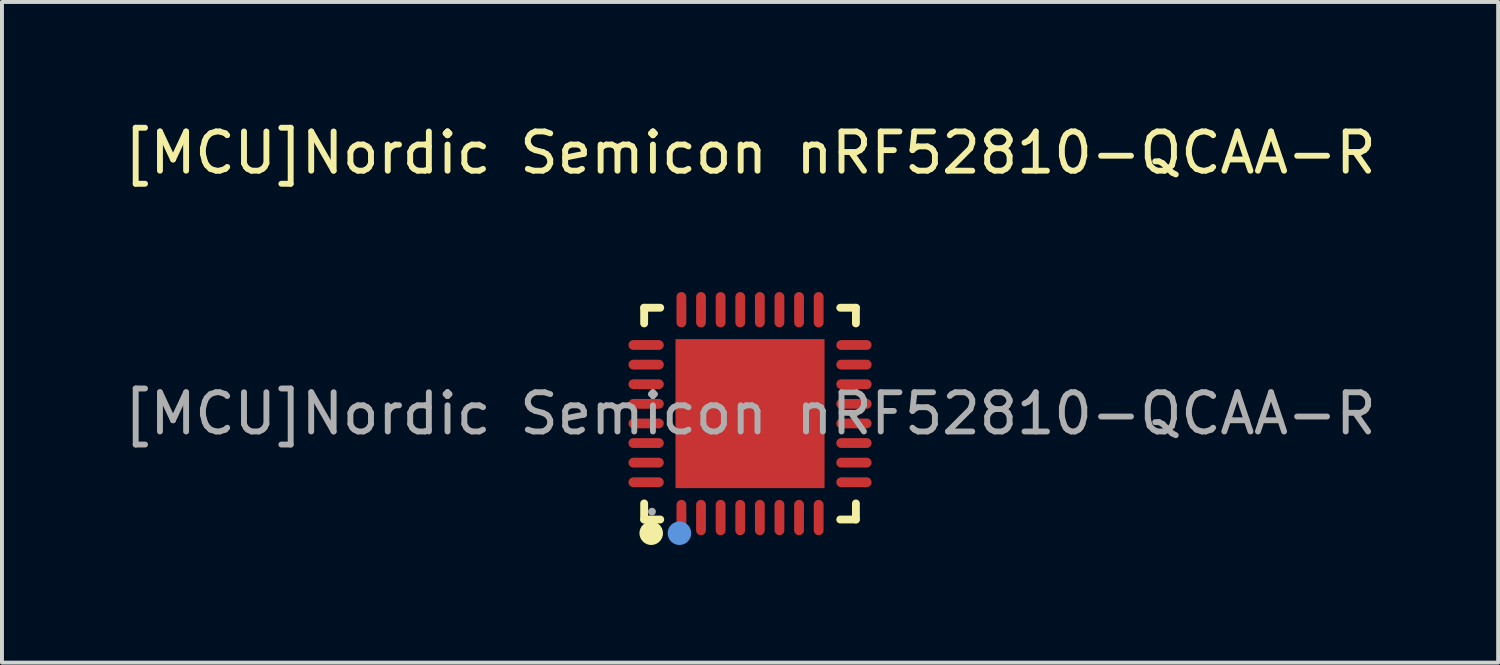
<source format=kicad_pcb>
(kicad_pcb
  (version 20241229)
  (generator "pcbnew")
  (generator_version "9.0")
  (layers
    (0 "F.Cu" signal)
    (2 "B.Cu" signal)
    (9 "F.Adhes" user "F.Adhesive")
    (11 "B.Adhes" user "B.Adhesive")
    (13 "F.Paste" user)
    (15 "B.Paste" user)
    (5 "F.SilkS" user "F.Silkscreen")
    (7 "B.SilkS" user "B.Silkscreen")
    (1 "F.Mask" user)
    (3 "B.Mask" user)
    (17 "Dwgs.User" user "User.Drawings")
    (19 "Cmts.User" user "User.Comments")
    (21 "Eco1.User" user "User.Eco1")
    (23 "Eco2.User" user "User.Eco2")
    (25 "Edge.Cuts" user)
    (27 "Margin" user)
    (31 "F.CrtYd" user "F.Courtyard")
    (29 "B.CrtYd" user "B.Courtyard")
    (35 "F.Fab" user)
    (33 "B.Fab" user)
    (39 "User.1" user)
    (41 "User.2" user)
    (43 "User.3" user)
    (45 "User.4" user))
  (footprint "[MCU]Nordic Semicon nRF52810-QCAA-R"
    (layer "F.Cu")
    (at 16.077 7.498)
    (property "Reference" "[MCU]Nordic Semicon nRF52810-QCAA-R" (at 0 -6.65 0) (layer "F.SilkS") (effects (font (size 1 1) (thickness 0.15))))
    (attr smd)
    (fp_line (start -2.7 -2.7) (end -2.29 -2.7) (stroke (width 0.2) (type solid)) (layer "F.SilkS"))
    (fp_line (start -2.7 -2.3) (end -2.7 -2.7) (stroke (width 0.2) (type solid)) (layer "F.SilkS"))
    (fp_line (start -2.7 2.7) (end -2.7 2.29) (stroke (width 0.2) (type solid)) (layer "F.SilkS"))
    (fp_line (start -2.29 2.7) (end -2.7 2.7) (stroke (width 0.2) (type solid)) (layer "F.SilkS"))
    (fp_line (start 2.3 2.7) (end 2.7 2.7) (stroke (width 0.2) (type solid)) (layer "F.SilkS"))
    (fp_line (start 2.7 -2.7) (end 2.3 -2.7) (stroke (width 0.2) (type solid)) (layer "F.SilkS"))
    (fp_line (start 2.7 -2.3) (end 2.7 -2.7) (stroke (width 0.2) (type solid)) (layer "F.SilkS"))
    (fp_line (start 2.7 2.7) (end 2.7 2.29) (stroke (width 0.2) (type solid)) (layer "F.SilkS"))
    (fp_arc (start -2.52 3.05) (mid -2.52 3.05) (end -2.52 3.05) (stroke (width 0.3) (type solid)) (layer "F.SilkS"))
    (fp_circle (center -1.8 3.05) (end -1.65 3.05) (stroke (width 0.3) (type solid)) (fill no) (layer "Cmts.User"))
    (fp_circle (center -2.5 2.5) (end -2.45 2.5) (stroke (width 0.1) (type solid)) (fill no) (layer "F.Fab"))
    (fp_text user "${REFERENCE}" (at 0 0 0) (layer "F.Fab") (effects (font (size 1 1) (thickness 0.15))))
    (pad "1" smd oval (at -1.75 2.65) (size 0.25 0.9) (layers "F.Cu" "F.Mask" "F.Paste"))
    (pad "2" smd oval (at -1.25 2.65) (size 0.25 0.9) (layers "F.Cu" "F.Mask" "F.Paste"))
    (pad "3" smd oval (at -0.75 2.65) (size 0.25 0.9) (layers "F.Cu" "F.Mask" "F.Paste"))
    (pad "4" smd oval (at -0.25 2.65) (size 0.25 0.9) (layers "F.Cu" "F.Mask" "F.Paste"))
    (pad "5" smd oval (at 0.25 2.65) (size 0.25 0.9) (layers "F.Cu" "F.Mask" "F.Paste"))
    (pad "6" smd oval (at 0.75 2.65) (size 0.25 0.9) (layers "F.Cu" "F.Mask" "F.Paste"))
    (pad "7" smd oval (at 1.25 2.65) (size 0.25 0.9) (layers "F.Cu" "F.Mask" "F.Paste"))
    (pad "8" smd oval (at 1.75 2.65) (size 0.25 0.9) (layers "F.Cu" "F.Mask" "F.Paste"))
    (pad "9" smd oval (at 2.65 1.75) (size 0.9 0.25) (layers "F.Cu" "F.Mask" "F.Paste"))
    (pad "10" smd oval (at 2.65 1.25) (size 0.9 0.25) (layers "F.Cu" "F.Mask" "F.Paste"))
    (pad "11" smd oval (at 2.65 0.75) (size 0.9 0.25) (layers "F.Cu" "F.Mask" "F.Paste"))
    (pad "12" smd oval (at 2.65 0.25) (size 0.9 0.25) (layers "F.Cu" "F.Mask" "F.Paste"))
    (pad "13" smd oval (at 2.65 -0.25) (size 0.9 0.25) (layers "F.Cu" "F.Mask" "F.Paste"))
    (pad "14" smd oval (at 2.65 -0.75) (size 0.9 0.25) (layers "F.Cu" "F.Mask" "F.Paste"))
    (pad "15" smd oval (at 2.65 -1.25) (size 0.9 0.25) (layers "F.Cu" "F.Mask" "F.Paste"))
    (pad "16" smd oval (at 2.65 -1.75) (size 0.9 0.25) (layers "F.Cu" "F.Mask" "F.Paste"))
    (pad "17" smd oval (at 1.75 -2.65) (size 0.25 0.9) (layers "F.Cu" "F.Mask" "F.Paste"))
    (pad "18" smd oval (at 1.25 -2.65) (size 0.25 0.9) (layers "F.Cu" "F.Mask" "F.Paste"))
    (pad "19" smd oval (at 0.75 -2.65) (size 0.25 0.9) (layers "F.Cu" "F.Mask" "F.Paste"))
    (pad "20" smd oval (at 0.25 -2.65) (size 0.25 0.9) (layers "F.Cu" "F.Mask" "F.Paste"))
    (pad "21" smd oval (at -0.25 -2.65) (size 0.25 0.9) (layers "F.Cu" "F.Mask" "F.Paste"))
    (pad "22" smd oval (at -0.75 -2.65) (size 0.25 0.9) (layers "F.Cu" "F.Mask" "F.Paste"))
    (pad "23" smd oval (at -1.25 -2.65) (size 0.25 0.9) (layers "F.Cu" "F.Mask" "F.Paste"))
    (pad "24" smd oval (at -1.75 -2.65) (size 0.25 0.9) (layers "F.Cu" "F.Mask" "F.Paste"))
    (pad "25" smd oval (at -2.65 -1.75) (size 0.9 0.25) (layers "F.Cu" "F.Mask" "F.Paste"))
    (pad "26" smd oval (at -2.65 -1.25) (size 0.9 0.25) (layers "F.Cu" "F.Mask" "F.Paste"))
    (pad "27" smd oval (at -2.65 -0.75) (size 0.9 0.25) (layers "F.Cu" "F.Mask" "F.Paste"))
    (pad "28" smd oval (at -2.65 -0.25) (size 0.9 0.25) (layers "F.Cu" "F.Mask" "F.Paste"))
    (pad "29" smd oval (at -2.65 0.25) (size 0.9 0.25) (layers "F.Cu" "F.Mask" "F.Paste"))
    (pad "30" smd oval (at -2.65 0.75) (size 0.9 0.25) (layers "F.Cu" "F.Mask" "F.Paste"))
    (pad "31" smd oval (at -2.65 1.25) (size 0.9 0.25) (layers "F.Cu" "F.Mask" "F.Paste"))
    (pad "32" smd oval (at -2.65 1.75) (size 0.9 0.25) (layers "F.Cu" "F.Mask" "F.Paste"))
    (pad "33" smd rect (at 0 0) (size 3.8 3.8) (layers "F.Cu" "F.Mask" "F.Paste")))
  (gr_rect
    (start -3 -3)
    (end 35.155 13.848)
    (stroke (width 0.1) (type default))
    (fill no)
    (layer "Edge.Cuts")))
</source>
